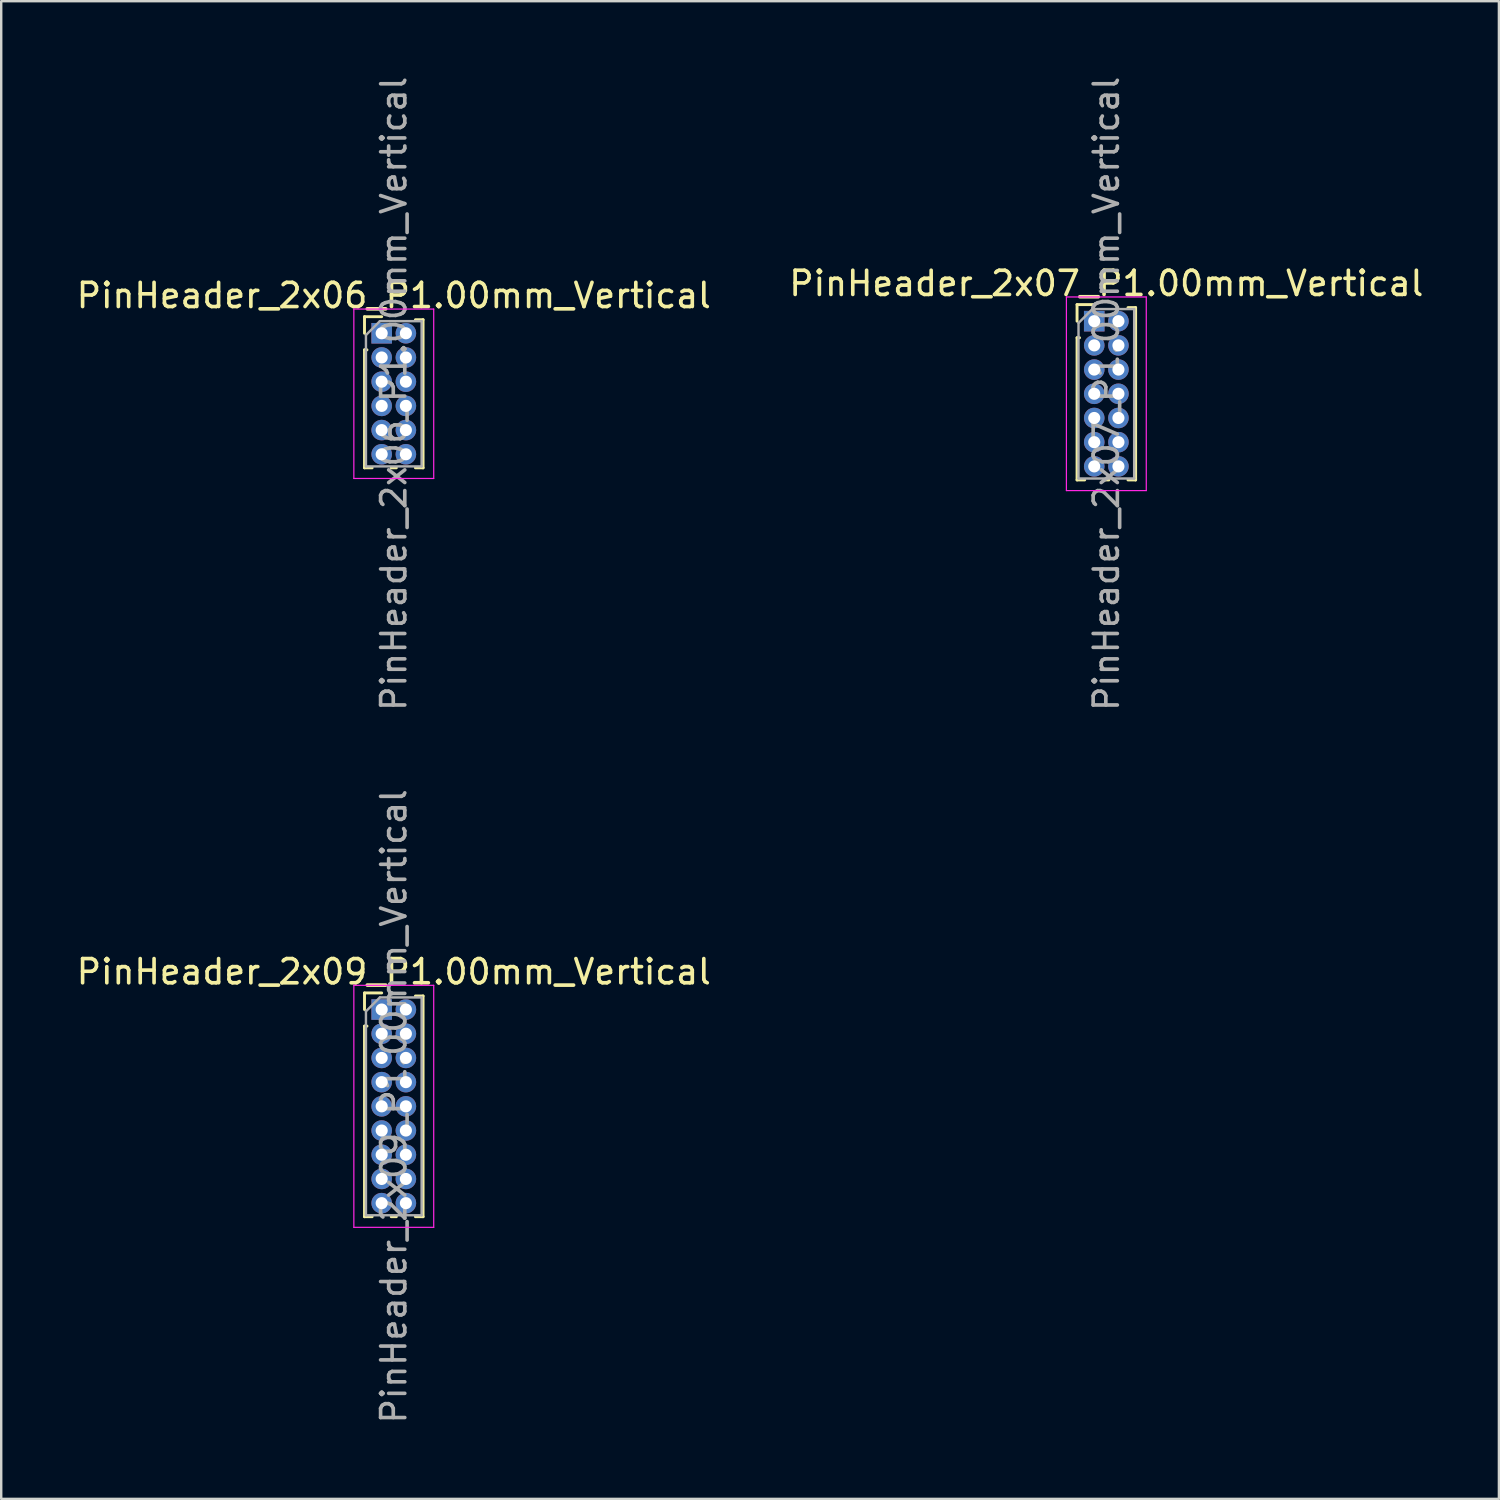
<source format=kicad_pcb>
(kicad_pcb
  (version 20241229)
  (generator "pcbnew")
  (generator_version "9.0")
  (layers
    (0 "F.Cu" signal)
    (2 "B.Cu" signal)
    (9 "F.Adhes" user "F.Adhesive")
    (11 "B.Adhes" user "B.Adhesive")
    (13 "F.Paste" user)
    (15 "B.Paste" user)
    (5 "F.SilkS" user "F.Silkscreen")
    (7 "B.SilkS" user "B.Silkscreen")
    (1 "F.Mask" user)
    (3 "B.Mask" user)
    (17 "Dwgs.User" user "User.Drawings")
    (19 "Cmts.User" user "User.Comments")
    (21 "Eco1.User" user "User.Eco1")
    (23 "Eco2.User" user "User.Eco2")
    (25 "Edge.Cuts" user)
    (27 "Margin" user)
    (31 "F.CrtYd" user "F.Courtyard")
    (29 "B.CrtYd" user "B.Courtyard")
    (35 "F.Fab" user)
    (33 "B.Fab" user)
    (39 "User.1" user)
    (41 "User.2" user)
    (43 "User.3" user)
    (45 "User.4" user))
  (footprint "PinHeader_2x09_P1.00mm_Vertical"
    (layer "F.Cu")
    (at 12.72 38.661)
    (property "Reference" "PinHeader_2x09_P1.00mm_Vertical" (at 0.5 -1.56 0) (layer "F.SilkS") (effects (font (size 1 1) (thickness 0.15))))
    (attr through_hole)
    (fp_line (start -0.71 -0.685) (end 0 -0.685) (stroke (width 0.12) (type solid)) (layer "F.SilkS"))
    (fp_line (start -0.71 0) (end -0.71 -0.685) (stroke (width 0.12) (type solid)) (layer "F.SilkS"))
    (fp_line (start -0.71 0.685) (end -0.71 8.56) (stroke (width 0.12) (type solid)) (layer "F.SilkS"))
    (fp_line (start -0.71 0.685) (end -0.608 0.685) (stroke (width 0.12) (type solid)) (layer "F.SilkS"))
    (fp_line (start -0.71 8.56) (end -0.394 8.56) (stroke (width 0.12) (type solid)) (layer "F.SilkS"))
    (fp_line (start 0.394 8.56) (end 0.606 8.56) (stroke (width 0.12) (type solid)) (layer "F.SilkS"))
    (fp_line (start 1.394 -0.56) (end 1.71 -0.56) (stroke (width 0.12) (type solid)) (layer "F.SilkS"))
    (fp_line (start 1.394 8.56) (end 1.71 8.56) (stroke (width 0.12) (type solid)) (layer "F.SilkS"))
    (fp_line (start 1.71 -0.56) (end 1.71 8.56) (stroke (width 0.12) (type solid)) (layer "F.SilkS"))
    (fp_line (start -1.15 -1) (end -1.15 9) (stroke (width 0.05) (type solid)) (layer "F.CrtYd"))
    (fp_line (start -1.15 9) (end 2.15 9) (stroke (width 0.05) (type solid)) (layer "F.CrtYd"))
    (fp_line (start 2.15 -1) (end -1.15 -1) (stroke (width 0.05) (type solid)) (layer "F.CrtYd"))
    (fp_line (start 2.15 9) (end 2.15 -1) (stroke (width 0.05) (type solid)) (layer "F.CrtYd"))
    (fp_line (start -0.65 0.075) (end -0.075 -0.5) (stroke (width 0.1) (type solid)) (layer "F.Fab"))
    (fp_line (start -0.65 8.5) (end -0.65 0.075) (stroke (width 0.1) (type solid)) (layer "F.Fab"))
    (fp_line (start -0.075 -0.5) (end 1.65 -0.5) (stroke (width 0.1) (type solid)) (layer "F.Fab"))
    (fp_line (start 1.65 -0.5) (end 1.65 8.5) (stroke (width 0.1) (type solid)) (layer "F.Fab"))
    (fp_line (start 1.65 8.5) (end -0.65 8.5) (stroke (width 0.1) (type solid)) (layer "F.Fab"))
    (fp_text user "${REFERENCE}" (at 0.5 4 90) (layer "F.Fab") (effects (font (size 1 1) (thickness 0.15))))
    (pad "1" thru_hole rect (at 0 0) (size 0.85 0.85) (drill 0.5) (layers "*.Cu" "*.Mask"))
    (pad "2" thru_hole oval (at 1 0) (size 0.85 0.85) (drill 0.5) (layers "*.Cu" "*.Mask"))
    (pad "3" thru_hole oval (at 0 1) (size 0.85 0.85) (drill 0.5) (layers "*.Cu" "*.Mask"))
    (pad "4" thru_hole oval (at 1 1) (size 0.85 0.85) (drill 0.5) (layers "*.Cu" "*.Mask"))
    (pad "5" thru_hole oval (at 0 2) (size 0.85 0.85) (drill 0.5) (layers "*.Cu" "*.Mask"))
    (pad "6" thru_hole oval (at 1 2) (size 0.85 0.85) (drill 0.5) (layers "*.Cu" "*.Mask"))
    (pad "7" thru_hole oval (at 0 3) (size 0.85 0.85) (drill 0.5) (layers "*.Cu" "*.Mask"))
    (pad "8" thru_hole oval (at 1 3) (size 0.85 0.85) (drill 0.5) (layers "*.Cu" "*.Mask"))
    (pad "9" thru_hole oval (at 0 4) (size 0.85 0.85) (drill 0.5) (layers "*.Cu" "*.Mask"))
    (pad "10" thru_hole oval (at 1 4) (size 0.85 0.85) (drill 0.5) (layers "*.Cu" "*.Mask"))
    (pad "11" thru_hole oval (at 0 5) (size 0.85 0.85) (drill 0.5) (layers "*.Cu" "*.Mask"))
    (pad "12" thru_hole oval (at 1 5) (size 0.85 0.85) (drill 0.5) (layers "*.Cu" "*.Mask"))
    (pad "13" thru_hole oval (at 0 6) (size 0.85 0.85) (drill 0.5) (layers "*.Cu" "*.Mask"))
    (pad "14" thru_hole oval (at 1 6) (size 0.85 0.85) (drill 0.5) (layers "*.Cu" "*.Mask"))
    (pad "15" thru_hole oval (at 0 7) (size 0.85 0.85) (drill 0.5) (layers "*.Cu" "*.Mask"))
    (pad "16" thru_hole oval (at 1 7) (size 0.85 0.85) (drill 0.5) (layers "*.Cu" "*.Mask"))
    (pad "17" thru_hole oval (at 0 8) (size 0.85 0.85) (drill 0.5) (layers "*.Cu" "*.Mask"))
    (pad "18" thru_hole oval (at 1 8) (size 0.85 0.85) (drill 0.5) (layers "*.Cu" "*.Mask")))
  (footprint "PinHeader_2x07_P1.00mm_Vertical"
    (layer "F.Cu")
    (at 42.161 10.22)
    (property "Reference" "PinHeader_2x07_P1.00mm_Vertical" (at 0.5 -1.56 0) (layer "F.SilkS") (effects (font (size 1 1) (thickness 0.15))))
    (attr through_hole)
    (fp_line (start -0.71 -0.685) (end 0 -0.685) (stroke (width 0.12) (type solid)) (layer "F.SilkS"))
    (fp_line (start -0.71 0) (end -0.71 -0.685) (stroke (width 0.12) (type solid)) (layer "F.SilkS"))
    (fp_line (start -0.71 0.685) (end -0.71 6.56) (stroke (width 0.12) (type solid)) (layer "F.SilkS"))
    (fp_line (start -0.71 0.685) (end -0.608 0.685) (stroke (width 0.12) (type solid)) (layer "F.SilkS"))
    (fp_line (start -0.71 6.56) (end -0.394 6.56) (stroke (width 0.12) (type solid)) (layer "F.SilkS"))
    (fp_line (start 0.394 6.56) (end 0.606 6.56) (stroke (width 0.12) (type solid)) (layer "F.SilkS"))
    (fp_line (start 1.394 -0.56) (end 1.71 -0.56) (stroke (width 0.12) (type solid)) (layer "F.SilkS"))
    (fp_line (start 1.394 6.56) (end 1.71 6.56) (stroke (width 0.12) (type solid)) (layer "F.SilkS"))
    (fp_line (start 1.71 -0.56) (end 1.71 6.56) (stroke (width 0.12) (type solid)) (layer "F.SilkS"))
    (fp_line (start -1.15 -1) (end -1.15 7) (stroke (width 0.05) (type solid)) (layer "F.CrtYd"))
    (fp_line (start -1.15 7) (end 2.15 7) (stroke (width 0.05) (type solid)) (layer "F.CrtYd"))
    (fp_line (start 2.15 -1) (end -1.15 -1) (stroke (width 0.05) (type solid)) (layer "F.CrtYd"))
    (fp_line (start 2.15 7) (end 2.15 -1) (stroke (width 0.05) (type solid)) (layer "F.CrtYd"))
    (fp_line (start -0.65 0.075) (end -0.075 -0.5) (stroke (width 0.1) (type solid)) (layer "F.Fab"))
    (fp_line (start -0.65 6.5) (end -0.65 0.075) (stroke (width 0.1) (type solid)) (layer "F.Fab"))
    (fp_line (start -0.075 -0.5) (end 1.65 -0.5) (stroke (width 0.1) (type solid)) (layer "F.Fab"))
    (fp_line (start 1.65 -0.5) (end 1.65 6.5) (stroke (width 0.1) (type solid)) (layer "F.Fab"))
    (fp_line (start 1.65 6.5) (end -0.65 6.5) (stroke (width 0.1) (type solid)) (layer "F.Fab"))
    (fp_text user "${REFERENCE}" (at 0.5 3 90) (layer "F.Fab") (effects (font (size 1 1) (thickness 0.15))))
    (pad "1" thru_hole rect (at 0 0) (size 0.85 0.85) (drill 0.5) (layers "*.Cu" "*.Mask"))
    (pad "2" thru_hole oval (at 1 0) (size 0.85 0.85) (drill 0.5) (layers "*.Cu" "*.Mask"))
    (pad "3" thru_hole oval (at 0 1) (size 0.85 0.85) (drill 0.5) (layers "*.Cu" "*.Mask"))
    (pad "4" thru_hole oval (at 1 1) (size 0.85 0.85) (drill 0.5) (layers "*.Cu" "*.Mask"))
    (pad "5" thru_hole oval (at 0 2) (size 0.85 0.85) (drill 0.5) (layers "*.Cu" "*.Mask"))
    (pad "6" thru_hole oval (at 1 2) (size 0.85 0.85) (drill 0.5) (layers "*.Cu" "*.Mask"))
    (pad "7" thru_hole oval (at 0 3) (size 0.85 0.85) (drill 0.5) (layers "*.Cu" "*.Mask"))
    (pad "8" thru_hole oval (at 1 3) (size 0.85 0.85) (drill 0.5) (layers "*.Cu" "*.Mask"))
    (pad "9" thru_hole oval (at 0 4) (size 0.85 0.85) (drill 0.5) (layers "*.Cu" "*.Mask"))
    (pad "10" thru_hole oval (at 1 4) (size 0.85 0.85) (drill 0.5) (layers "*.Cu" "*.Mask"))
    (pad "11" thru_hole oval (at 0 5) (size 0.85 0.85) (drill 0.5) (layers "*.Cu" "*.Mask"))
    (pad "12" thru_hole oval (at 1 5) (size 0.85 0.85) (drill 0.5) (layers "*.Cu" "*.Mask"))
    (pad "13" thru_hole oval (at 0 6) (size 0.85 0.85) (drill 0.5) (layers "*.Cu" "*.Mask"))
    (pad "14" thru_hole oval (at 1 6) (size 0.85 0.85) (drill 0.5) (layers "*.Cu" "*.Mask")))
  (footprint "PinHeader_2x06_P1.00mm_Vertical"
    (layer "F.Cu")
    (at 12.72 10.72)
    (property "Reference" "PinHeader_2x06_P1.00mm_Vertical" (at 0.5 -1.56 0) (layer "F.SilkS") (effects (font (size 1 1) (thickness 0.15))))
    (attr through_hole)
    (fp_line (start -0.71 -0.685) (end 0 -0.685) (stroke (width 0.12) (type solid)) (layer "F.SilkS"))
    (fp_line (start -0.71 0) (end -0.71 -0.685) (stroke (width 0.12) (type solid)) (layer "F.SilkS"))
    (fp_line (start -0.71 0.685) (end -0.71 5.56) (stroke (width 0.12) (type solid)) (layer "F.SilkS"))
    (fp_line (start -0.71 0.685) (end -0.608 0.685) (stroke (width 0.12) (type solid)) (layer "F.SilkS"))
    (fp_line (start -0.71 5.56) (end -0.394 5.56) (stroke (width 0.12) (type solid)) (layer "F.SilkS"))
    (fp_line (start 0.394 5.56) (end 0.606 5.56) (stroke (width 0.12) (type solid)) (layer "F.SilkS"))
    (fp_line (start 1.394 -0.56) (end 1.71 -0.56) (stroke (width 0.12) (type solid)) (layer "F.SilkS"))
    (fp_line (start 1.394 5.56) (end 1.71 5.56) (stroke (width 0.12) (type solid)) (layer "F.SilkS"))
    (fp_line (start 1.71 -0.56) (end 1.71 5.56) (stroke (width 0.12) (type solid)) (layer "F.SilkS"))
    (fp_line (start -1.15 -1) (end -1.15 6) (stroke (width 0.05) (type solid)) (layer "F.CrtYd"))
    (fp_line (start -1.15 6) (end 2.15 6) (stroke (width 0.05) (type solid)) (layer "F.CrtYd"))
    (fp_line (start 2.15 -1) (end -1.15 -1) (stroke (width 0.05) (type solid)) (layer "F.CrtYd"))
    (fp_line (start 2.15 6) (end 2.15 -1) (stroke (width 0.05) (type solid)) (layer "F.CrtYd"))
    (fp_line (start -0.65 0.075) (end -0.075 -0.5) (stroke (width 0.1) (type solid)) (layer "F.Fab"))
    (fp_line (start -0.65 5.5) (end -0.65 0.075) (stroke (width 0.1) (type solid)) (layer "F.Fab"))
    (fp_line (start -0.075 -0.5) (end 1.65 -0.5) (stroke (width 0.1) (type solid)) (layer "F.Fab"))
    (fp_line (start 1.65 -0.5) (end 1.65 5.5) (stroke (width 0.1) (type solid)) (layer "F.Fab"))
    (fp_line (start 1.65 5.5) (end -0.65 5.5) (stroke (width 0.1) (type solid)) (layer "F.Fab"))
    (fp_text user "${REFERENCE}" (at 0.5 2.5 90) (layer "F.Fab") (effects (font (size 1 1) (thickness 0.15))))
    (pad "1" thru_hole rect (at 0 0) (size 0.85 0.85) (drill 0.5) (layers "*.Cu" "*.Mask"))
    (pad "2" thru_hole oval (at 1 0) (size 0.85 0.85) (drill 0.5) (layers "*.Cu" "*.Mask"))
    (pad "3" thru_hole oval (at 0 1) (size 0.85 0.85) (drill 0.5) (layers "*.Cu" "*.Mask"))
    (pad "4" thru_hole oval (at 1 1) (size 0.85 0.85) (drill 0.5) (layers "*.Cu" "*.Mask"))
    (pad "5" thru_hole oval (at 0 2) (size 0.85 0.85) (drill 0.5) (layers "*.Cu" "*.Mask"))
    (pad "6" thru_hole oval (at 1 2) (size 0.85 0.85) (drill 0.5) (layers "*.Cu" "*.Mask"))
    (pad "7" thru_hole oval (at 0 3) (size 0.85 0.85) (drill 0.5) (layers "*.Cu" "*.Mask"))
    (pad "8" thru_hole oval (at 1 3) (size 0.85 0.85) (drill 0.5) (layers "*.Cu" "*.Mask"))
    (pad "9" thru_hole oval (at 0 4) (size 0.85 0.85) (drill 0.5) (layers "*.Cu" "*.Mask"))
    (pad "10" thru_hole oval (at 1 4) (size 0.85 0.85) (drill 0.5) (layers "*.Cu" "*.Mask"))
    (pad "11" thru_hole oval (at 0 5) (size 0.85 0.85) (drill 0.5) (layers "*.Cu" "*.Mask"))
    (pad "12" thru_hole oval (at 1 5) (size 0.85 0.85) (drill 0.5) (layers "*.Cu" "*.Mask")))
  (gr_rect
    (start -3 -3)
    (end 58.881 58.881)
    (stroke (width 0.1) (type default))
    (fill no)
    (layer "Edge.Cuts")))
</source>
